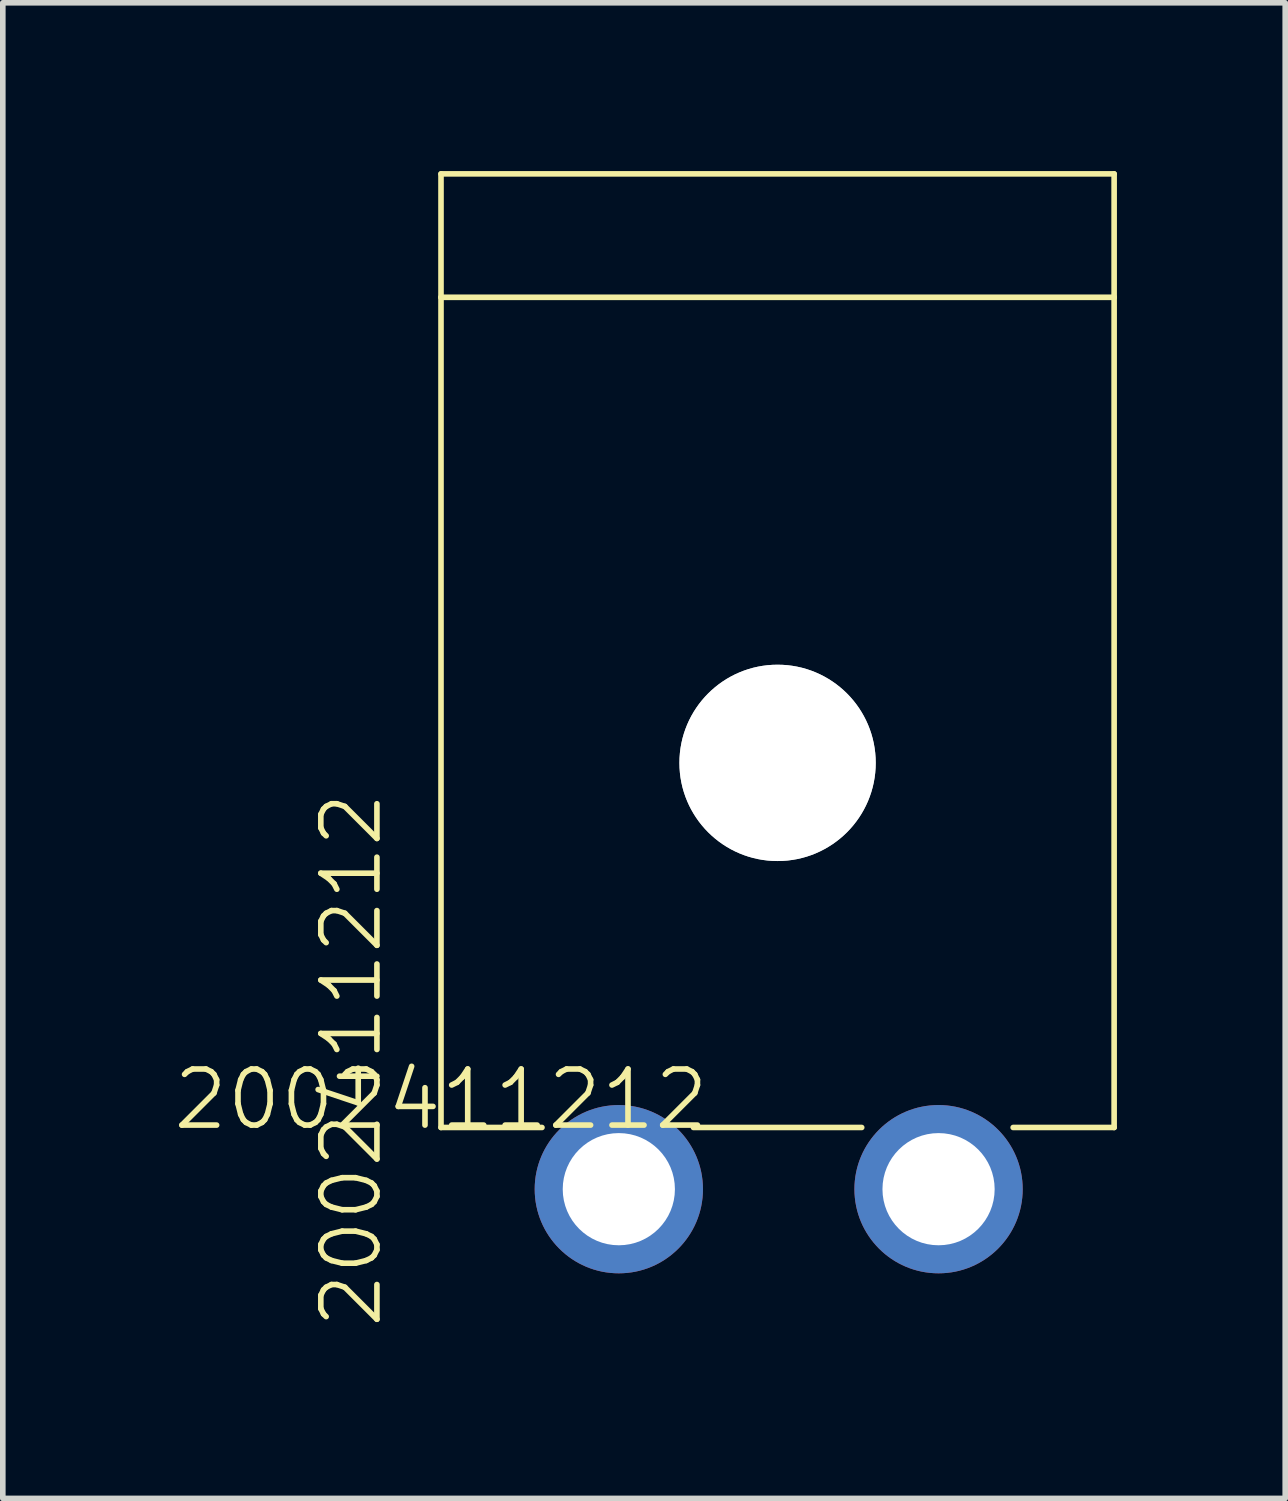
<source format=kicad_pcb>
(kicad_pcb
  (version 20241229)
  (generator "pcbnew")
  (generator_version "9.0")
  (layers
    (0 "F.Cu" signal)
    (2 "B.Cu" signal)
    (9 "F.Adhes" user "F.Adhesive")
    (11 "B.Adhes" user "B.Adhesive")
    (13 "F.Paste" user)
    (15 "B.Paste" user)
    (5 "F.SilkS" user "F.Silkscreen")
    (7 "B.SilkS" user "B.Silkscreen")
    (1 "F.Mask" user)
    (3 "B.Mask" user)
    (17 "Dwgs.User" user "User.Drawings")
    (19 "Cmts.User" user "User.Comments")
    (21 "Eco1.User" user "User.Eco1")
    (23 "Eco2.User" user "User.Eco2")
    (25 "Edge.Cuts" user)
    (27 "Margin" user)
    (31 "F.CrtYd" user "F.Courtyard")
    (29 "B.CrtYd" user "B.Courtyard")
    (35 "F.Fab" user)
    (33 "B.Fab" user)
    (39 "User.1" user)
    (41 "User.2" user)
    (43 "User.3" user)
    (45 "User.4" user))
  (footprint "2002411212"
    (layer "F.Cu")
    (at 4.812 17.05)
    (property "Reference" "2002411212" (at 0 -0.5 0) (unlocked yes) (layer "F.SilkS") (effects (font (size 1 1) (thickness 0.1))))
    (attr smd)
    (fp_line (start 0 -17) (end 12 -17) (stroke (width 0.1) (type default)) (layer "F.SilkS"))
    (fp_line (start 0 -14.8) (end 0 -17) (stroke (width 0.1) (type default)) (layer "F.SilkS"))
    (fp_line (start 0 0) (end 0 -14.8) (stroke (width 0.1) (type default)) (layer "F.SilkS"))
    (fp_line (start 0 0) (end 1.8 0) (stroke (width 0.1) (type default)) (layer "F.SilkS"))
    (fp_line (start 4.5 0) (end 7.5 0) (stroke (width 0.1) (type default)) (layer "F.SilkS"))
    (fp_line (start 10.2 0) (end 12 0) (stroke (width 0.1) (type default)) (layer "F.SilkS"))
    (fp_line (start 12 -17) (end 12 -14.8) (stroke (width 0.1) (type default)) (layer "F.SilkS"))
    (fp_line (start 12 -14.8) (end 0 -14.8) (stroke (width 0.1) (type default)) (layer "F.SilkS"))
    (fp_line (start 12 0) (end 12 -14.8) (stroke (width 0.1) (type default)) (layer "F.SilkS"))
    (fp_text user "${REFERENCE}" (at -1.6 -1.2 90) (unlocked yes) (layer "F.SilkS") (effects (font (size 1 1) (thickness 0.1))))
    (pad "" np_thru_hole circle (at 6 -6.5) (size 3.5 3.5) (drill 3.5) (layers "*.Cu" "*.Mask" "Dwgs.User"))
    (pad "1" thru_hole circle (at 3.17 1.1) (size 3 3) (drill 2) (layers "*.Cu" "*.Mask"))
    (pad "2" thru_hole circle (at 8.87 1.1) (size 3 3) (drill 2) (layers "*.Cu" "*.Mask")))
  (gr_rect
    (start -3 -3)
    (end 19.862 23.662)
    (stroke (width 0.1) (type default))
    (fill no)
    (layer "Edge.Cuts")))
</source>
